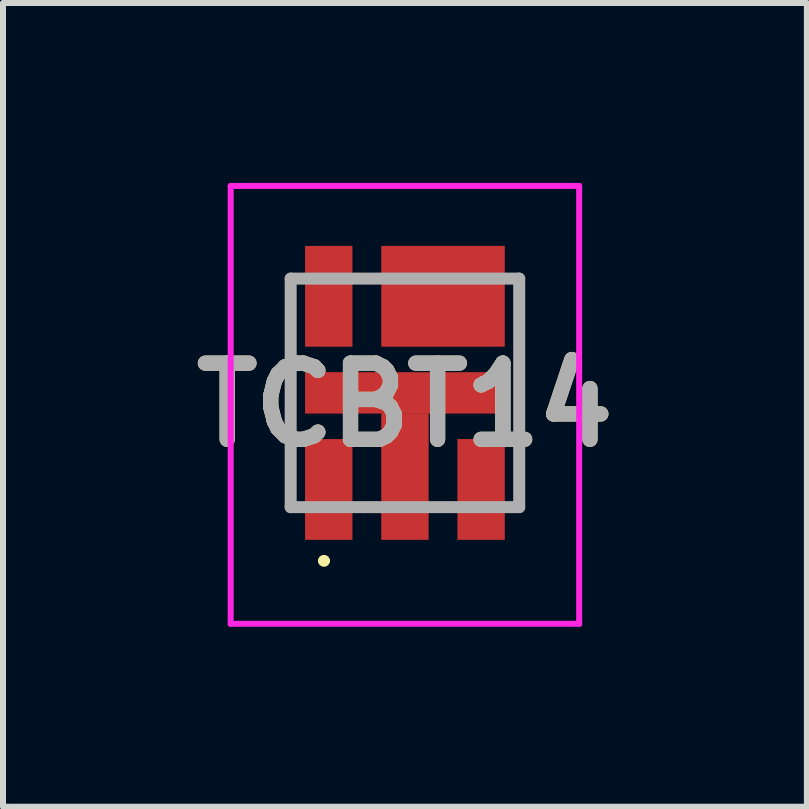
<source format=kicad_pcb>
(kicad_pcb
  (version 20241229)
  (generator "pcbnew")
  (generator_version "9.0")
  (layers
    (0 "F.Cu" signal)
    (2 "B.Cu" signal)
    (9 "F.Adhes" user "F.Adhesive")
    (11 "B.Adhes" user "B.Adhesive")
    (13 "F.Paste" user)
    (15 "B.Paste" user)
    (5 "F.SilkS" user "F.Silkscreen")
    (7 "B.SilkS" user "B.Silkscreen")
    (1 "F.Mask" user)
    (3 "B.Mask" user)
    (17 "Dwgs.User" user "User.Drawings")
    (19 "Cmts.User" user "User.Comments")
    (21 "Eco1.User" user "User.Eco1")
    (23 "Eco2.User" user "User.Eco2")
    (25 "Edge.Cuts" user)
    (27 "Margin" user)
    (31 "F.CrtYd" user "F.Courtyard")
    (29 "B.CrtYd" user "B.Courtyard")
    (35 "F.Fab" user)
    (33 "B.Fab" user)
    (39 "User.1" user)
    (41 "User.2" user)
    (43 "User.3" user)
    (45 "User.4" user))
  (footprint "TCBT14"
    (layer "F.Cu")
    (at 3.701 3.5)
    (property "Reference" "TCBT14" (at 0 0.2 0) (layer "F.SilkS") (effects (font (size 1.27 1.27) (thickness 0.254))))
    (attr smd)
    (fp_line (start -1.4 2.8) (end -1.4 2.8) (stroke (width 0.1) (type solid)) (layer "F.SilkS"))
    (fp_line (start -1.3 2.8) (end -1.3 2.8) (stroke (width 0.1) (type solid)) (layer "F.SilkS"))
    (fp_arc (start -1.4 2.8) (mid -1.35 2.75) (end -1.3 2.8) (stroke (width 0.1) (type solid)) (layer "F.SilkS"))
    (fp_arc (start -1.3 2.8) (mid -1.35 2.85) (end -1.4 2.8) (stroke (width 0.1) (type solid)) (layer "F.SilkS"))
    (fp_line (start -2.905 -3.45) (end 2.905 -3.45) (stroke (width 0.1) (type solid)) (layer "F.CrtYd"))
    (fp_line (start -2.905 3.85) (end -2.905 -3.45) (stroke (width 0.1) (type solid)) (layer "F.CrtYd"))
    (fp_line (start 2.905 -3.45) (end 2.905 3.85) (stroke (width 0.1) (type solid)) (layer "F.CrtYd"))
    (fp_line (start 2.905 3.85) (end -2.905 3.85) (stroke (width 0.1) (type solid)) (layer "F.CrtYd"))
    (fp_line (start -1.905 -1.905) (end 1.905 -1.905) (stroke (width 0.2) (type solid)) (layer "F.Fab"))
    (fp_line (start -1.905 1.905) (end -1.905 -1.905) (stroke (width 0.2) (type solid)) (layer "F.Fab"))
    (fp_line (start 1.905 -1.905) (end 1.905 1.905) (stroke (width 0.2) (type solid)) (layer "F.Fab"))
    (fp_line (start 1.905 1.905) (end -1.905 1.905) (stroke (width 0.2) (type solid)) (layer "F.Fab"))
    (fp_text user "${REFERENCE}" (at 0 0.2 0) (layer "F.Fab") (effects (font (size 1.27 1.27) (thickness 0.254))))
    (pad "1" smd rect (at -1.27 1.61) (size 0.79 1.68) (layers "F.Cu" "F.Mask" "F.Paste"))
    (pad "2" smd rect (at 1.27 1.61) (size 0.79 1.68) (layers "F.Cu" "F.Mask" "F.Paste"))
    (pad "3" smd rect (at 0.635 -1.61 90) (size 1.68 2.06) (layers "F.Cu" "F.Mask" "F.Paste"))
    (pad "4" smd rect (at -1.27 -1.61) (size 0.79 1.68) (layers "F.Cu" "F.Mask" "F.Paste"))
    (pad "5" smd rect (at 0 0 90) (size 0.69 3.33) (layers "F.Cu" "F.Mask" "F.Paste"))
    (pad "6" smd rect (at 0 1.395) (size 0.79 2.11) (layers "F.Cu" "F.Mask" "F.Paste")))
  (gr_rect
    (start -3 -3)
    (end 10.402 10.4)
    (stroke (width 0.1) (type default))
    (fill no)
    (layer "Edge.Cuts")))
</source>
